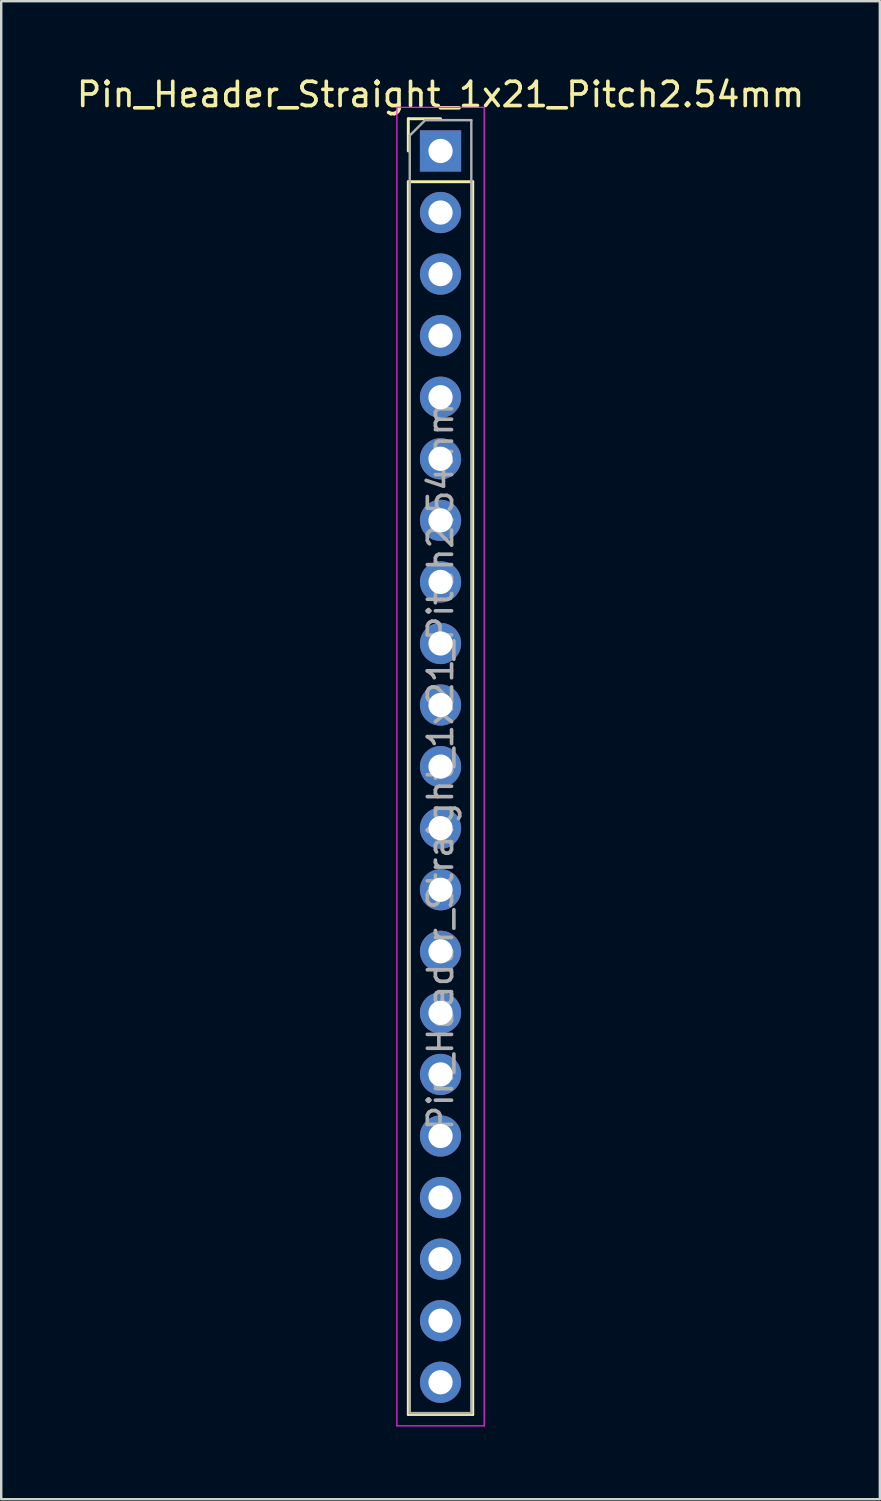
<source format=kicad_pcb>
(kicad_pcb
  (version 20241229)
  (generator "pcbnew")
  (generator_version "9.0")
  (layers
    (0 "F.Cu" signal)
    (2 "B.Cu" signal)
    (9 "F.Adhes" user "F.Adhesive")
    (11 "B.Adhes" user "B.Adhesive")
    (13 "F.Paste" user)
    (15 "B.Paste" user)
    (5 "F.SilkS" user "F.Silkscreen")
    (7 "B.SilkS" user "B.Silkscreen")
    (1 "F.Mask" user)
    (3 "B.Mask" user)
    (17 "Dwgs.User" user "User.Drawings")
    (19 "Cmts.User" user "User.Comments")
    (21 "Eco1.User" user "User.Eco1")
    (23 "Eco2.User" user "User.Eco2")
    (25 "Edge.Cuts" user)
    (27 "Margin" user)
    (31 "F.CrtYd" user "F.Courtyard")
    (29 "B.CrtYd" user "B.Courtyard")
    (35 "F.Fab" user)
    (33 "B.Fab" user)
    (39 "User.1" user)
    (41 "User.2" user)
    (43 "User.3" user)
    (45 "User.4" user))
  (footprint "Pin_Header_Straight_1x21_Pitch2.54mm"
    (layer "F.Cu")
    (at 15.125 3.178)
    (property "Reference" "Pin_Header_Straight_1x21_Pitch2.54mm" (at 0 -2.33 0) (layer "F.SilkS") (effects (font (size 1 1) (thickness 0.15))))
    (attr through_hole)
    (fp_line (start -1.33 -1.33) (end 0 -1.33) (stroke (width 0.12) (type solid)) (layer "F.SilkS"))
    (fp_line (start -1.33 0) (end -1.33 -1.33) (stroke (width 0.12) (type solid)) (layer "F.SilkS"))
    (fp_line (start -1.33 1.27) (end -1.33 52.13) (stroke (width 0.12) (type solid)) (layer "F.SilkS"))
    (fp_line (start -1.33 52.13) (end 1.33 52.13) (stroke (width 0.12) (type solid)) (layer "F.SilkS"))
    (fp_line (start 1.33 1.27) (end -1.33 1.27) (stroke (width 0.12) (type solid)) (layer "F.SilkS"))
    (fp_line (start 1.33 52.13) (end 1.33 1.27) (stroke (width 0.12) (type solid)) (layer "F.SilkS"))
    (fp_line (start -1.8 -1.8) (end -1.8 52.6) (stroke (width 0.05) (type solid)) (layer "F.CrtYd"))
    (fp_line (start -1.8 52.6) (end 1.8 52.6) (stroke (width 0.05) (type solid)) (layer "F.CrtYd"))
    (fp_line (start 1.8 -1.8) (end -1.8 -1.8) (stroke (width 0.05) (type solid)) (layer "F.CrtYd"))
    (fp_line (start 1.8 52.6) (end 1.8 -1.8) (stroke (width 0.05) (type solid)) (layer "F.CrtYd"))
    (fp_line (start -1.27 -0.635) (end -0.635 -1.27) (stroke (width 0.1) (type solid)) (layer "F.Fab"))
    (fp_line (start -1.27 52.07) (end -1.27 -0.635) (stroke (width 0.1) (type solid)) (layer "F.Fab"))
    (fp_line (start -0.635 -1.27) (end 1.27 -1.27) (stroke (width 0.1) (type solid)) (layer "F.Fab"))
    (fp_line (start 1.27 -1.27) (end 1.27 52.07) (stroke (width 0.1) (type solid)) (layer "F.Fab"))
    (fp_line (start 1.27 52.07) (end -1.27 52.07) (stroke (width 0.1) (type solid)) (layer "F.Fab"))
    (fp_text user "${REFERENCE}" (at 0 25.4 90) (layer "F.Fab") (effects (font (size 1 1) (thickness 0.15))))
    (pad "1" thru_hole rect (at 0 0) (size 1.7 1.7) (drill 1) (layers "*.Cu" "*.Mask"))
    (pad "2" thru_hole oval (at 0 2.54) (size 1.7 1.7) (drill 1) (layers "*.Cu" "*.Mask"))
    (pad "3" thru_hole oval (at 0 5.08) (size 1.7 1.7) (drill 1) (layers "*.Cu" "*.Mask"))
    (pad "4" thru_hole oval (at 0 7.62) (size 1.7 1.7) (drill 1) (layers "*.Cu" "*.Mask"))
    (pad "5" thru_hole oval (at 0 10.16) (size 1.7 1.7) (drill 1) (layers "*.Cu" "*.Mask"))
    (pad "6" thru_hole oval (at 0 12.7) (size 1.7 1.7) (drill 1) (layers "*.Cu" "*.Mask"))
    (pad "7" thru_hole oval (at 0 15.24) (size 1.7 1.7) (drill 1) (layers "*.Cu" "*.Mask"))
    (pad "8" thru_hole oval (at 0 17.78) (size 1.7 1.7) (drill 1) (layers "*.Cu" "*.Mask"))
    (pad "9" thru_hole oval (at 0 20.32) (size 1.7 1.7) (drill 1) (layers "*.Cu" "*.Mask"))
    (pad "10" thru_hole oval (at 0 22.86) (size 1.7 1.7) (drill 1) (layers "*.Cu" "*.Mask"))
    (pad "11" thru_hole oval (at 0 25.4) (size 1.7 1.7) (drill 1) (layers "*.Cu" "*.Mask"))
    (pad "12" thru_hole oval (at 0 27.94) (size 1.7 1.7) (drill 1) (layers "*.Cu" "*.Mask"))
    (pad "13" thru_hole oval (at 0 30.48) (size 1.7 1.7) (drill 1) (layers "*.Cu" "*.Mask"))
    (pad "14" thru_hole oval (at 0 33.02) (size 1.7 1.7) (drill 1) (layers "*.Cu" "*.Mask"))
    (pad "15" thru_hole oval (at 0 35.56) (size 1.7 1.7) (drill 1) (layers "*.Cu" "*.Mask"))
    (pad "16" thru_hole oval (at 0 38.1) (size 1.7 1.7) (drill 1) (layers "*.Cu" "*.Mask"))
    (pad "17" thru_hole oval (at 0 40.64) (size 1.7 1.7) (drill 1) (layers "*.Cu" "*.Mask"))
    (pad "18" thru_hole oval (at 0 43.18) (size 1.7 1.7) (drill 1) (layers "*.Cu" "*.Mask"))
    (pad "19" thru_hole oval (at 0 45.72) (size 1.7 1.7) (drill 1) (layers "*.Cu" "*.Mask"))
    (pad "20" thru_hole oval (at 0 48.26) (size 1.7 1.7) (drill 1) (layers "*.Cu" "*.Mask"))
    (pad "21" thru_hole oval (at 0 50.8) (size 1.7 1.7) (drill 1) (layers "*.Cu" "*.Mask")))
  (gr_rect
    (start -3 -3)
    (end 33.25 58.803)
    (stroke (width 0.1) (type default))
    (fill no)
    (layer "Edge.Cuts")))
</source>
